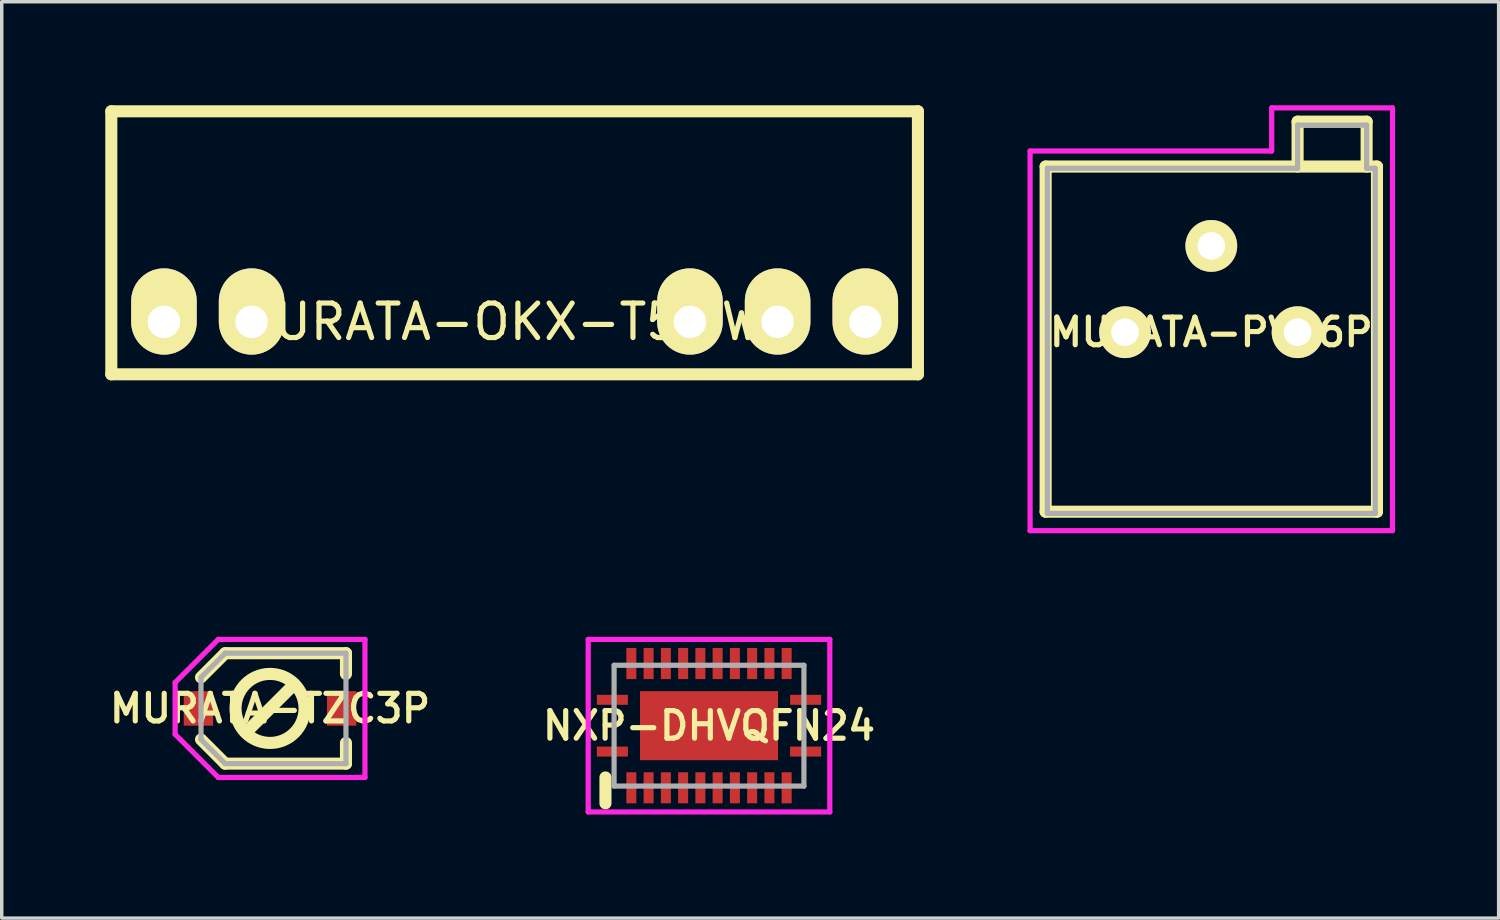
<source format=kicad_pcb>
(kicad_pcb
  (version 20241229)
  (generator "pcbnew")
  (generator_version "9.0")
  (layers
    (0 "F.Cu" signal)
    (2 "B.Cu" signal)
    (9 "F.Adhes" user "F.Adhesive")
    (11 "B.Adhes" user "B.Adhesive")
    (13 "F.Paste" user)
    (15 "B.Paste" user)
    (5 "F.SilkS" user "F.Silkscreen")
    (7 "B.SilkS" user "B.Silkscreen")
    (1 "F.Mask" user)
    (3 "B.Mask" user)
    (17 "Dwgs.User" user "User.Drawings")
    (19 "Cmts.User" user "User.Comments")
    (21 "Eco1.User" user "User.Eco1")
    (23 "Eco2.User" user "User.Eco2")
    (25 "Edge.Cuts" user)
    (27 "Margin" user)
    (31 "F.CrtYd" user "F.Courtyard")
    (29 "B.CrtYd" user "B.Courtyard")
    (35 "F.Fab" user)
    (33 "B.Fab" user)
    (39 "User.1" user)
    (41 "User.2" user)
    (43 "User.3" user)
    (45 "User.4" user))
  (footprint "MURATA-TZC3P"
    (layer "F.Cu")
    (at 4.774 17.475)
    (property "Reference" "MURATA-TZC3P" (at 0 0 0) (layer "F.SilkS") (effects (font (size 0.8 0.8) (thickness 0.15))))
    (attr smd)
    (fp_line (start -1.3 -1.6) (end -2 -0.9) (stroke (width 0.35) (type solid)) (layer "F.SilkS"))
    (fp_line (start -1.3 -1.6) (end 2.2 -1.6) (stroke (width 0.35) (type solid)) (layer "F.SilkS"))
    (fp_line (start -1.3 1.6) (end -2 0.9) (stroke (width 0.35) (type solid)) (layer "F.SilkS"))
    (fp_line (start -1.3 1.6) (end 2.2 1.6) (stroke (width 0.35) (type solid)) (layer "F.SilkS"))
    (fp_line (start 0.7 -0.7) (end -0.7 0.7) (stroke (width 0.35) (type solid)) (layer "F.SilkS"))
    (fp_line (start 2.2 -1.6) (end 2.2 -1) (stroke (width 0.35) (type solid)) (layer "F.SilkS"))
    (fp_line (start 2.2 1.6) (end 2.2 1) (stroke (width 0.35) (type solid)) (layer "F.SilkS"))
    (fp_circle (center 0 0) (end 1 0) (stroke (width 0.35) (type solid)) (fill no) (layer "F.SilkS"))
    (fp_line (start -2.75 -0.75) (end -2.75 0.75) (stroke (width 0.15) (type solid)) (layer "F.CrtYd"))
    (fp_line (start -2.75 0.75) (end -1.5 2) (stroke (width 0.15) (type solid)) (layer "F.CrtYd"))
    (fp_line (start -1.5 -2) (end -2.75 -0.75) (stroke (width 0.15) (type solid)) (layer "F.CrtYd"))
    (fp_line (start -1.5 2) (end 2.75 2) (stroke (width 0.15) (type solid)) (layer "F.CrtYd"))
    (fp_line (start 2.75 -2) (end -1.5 -2) (stroke (width 0.15) (type solid)) (layer "F.CrtYd"))
    (fp_line (start 2.75 2) (end 2.75 -2) (stroke (width 0.15) (type solid)) (layer "F.CrtYd"))
    (fp_line (start -2 -0.9) (end -2 0.9) (stroke (width 0.15) (type solid)) (layer "F.Fab"))
    (fp_line (start -2 0.9) (end -1.3 1.6) (stroke (width 0.15) (type solid)) (layer "F.Fab"))
    (fp_line (start -1.3 -1.6) (end -2 -0.9) (stroke (width 0.15) (type solid)) (layer "F.Fab"))
    (fp_line (start -1.3 1.6) (end 2.2 1.6) (stroke (width 0.15) (type solid)) (layer "F.Fab"))
    (fp_line (start 2.2 -1.6) (end -1.3 -1.6) (stroke (width 0.15) (type solid)) (layer "F.Fab"))
    (fp_line (start 2.2 1.6) (end 2.2 -1.6) (stroke (width 0.15) (type solid)) (layer "F.Fab"))
    (pad "1" smd rect (at -2.075 0) (size 0.85 1) (layers "F.Cu" "F.Mask" "F.Paste"))
    (pad "2" smd rect (at 2.075 0) (size 0.85 1) (layers "F.Cu" "F.Mask" "F.Paste")))
  (footprint "MURATA-PV36P"
    (layer "F.Cu")
    (at 32.045 6.575)
    (property "Reference" "MURATA-PV36P" (at 0 0 0) (layer "F.SilkS") (effects (font (size 0.8 0.8) (thickness 0.15))))
    (attr through_hole)
    (fp_line (start -4.8 -4.8) (end 4.8 -4.8) (stroke (width 0.35) (type solid)) (layer "F.SilkS"))
    (fp_line (start -4.8 5.2) (end -4.8 -4.8) (stroke (width 0.35) (type solid)) (layer "F.SilkS"))
    (fp_line (start 2.5 -6.1) (end 2.5 -4.8) (stroke (width 0.35) (type solid)) (layer "F.SilkS"))
    (fp_line (start 4.5 -6.1) (end 2.5 -6.1) (stroke (width 0.35) (type solid)) (layer "F.SilkS"))
    (fp_line (start 4.5 -4.8) (end 4.5 -6.1) (stroke (width 0.35) (type solid)) (layer "F.SilkS"))
    (fp_line (start 4.8 -4.8) (end 4.8 5.2) (stroke (width 0.35) (type solid)) (layer "F.SilkS"))
    (fp_line (start 4.8 5.2) (end -4.8 5.2) (stroke (width 0.35) (type solid)) (layer "F.SilkS"))
    (fp_line (start -5.25 -5.25) (end -5.25 5.75) (stroke (width 0.15) (type solid)) (layer "F.CrtYd"))
    (fp_line (start -5.25 5.75) (end 5.25 5.75) (stroke (width 0.15) (type solid)) (layer "F.CrtYd"))
    (fp_line (start 1.75 -6.5) (end 1.75 -5.25) (stroke (width 0.15) (type solid)) (layer "F.CrtYd"))
    (fp_line (start 1.75 -5.25) (end -5.25 -5.25) (stroke (width 0.15) (type solid)) (layer "F.CrtYd"))
    (fp_line (start 5.25 -6.5) (end 1.75 -6.5) (stroke (width 0.15) (type solid)) (layer "F.CrtYd"))
    (fp_line (start 5.25 5.5) (end 5.25 -6.5) (stroke (width 0.15) (type solid)) (layer "F.CrtYd"))
    (fp_line (start 5.25 5.5) (end 5.25 5.75) (stroke (width 0.15) (type solid)) (layer "F.CrtYd"))
    (fp_line (start -4.75 -4.75) (end -4.75 5.25) (stroke (width 0.15) (type solid)) (layer "F.Fab"))
    (fp_line (start -4.75 5.25) (end 4.75 5.25) (stroke (width 0.15) (type solid)) (layer "F.Fab"))
    (fp_line (start 2.5 -6) (end 2.5 -4.75) (stroke (width 0.15) (type solid)) (layer "F.Fab"))
    (fp_line (start 2.5 -4.75) (end -4.75 -4.75) (stroke (width 0.15) (type solid)) (layer "F.Fab"))
    (fp_line (start 4.5 -6) (end 2.5 -6) (stroke (width 0.15) (type solid)) (layer "F.Fab"))
    (fp_line (start 4.5 -4.75) (end 4.5 -6) (stroke (width 0.15) (type solid)) (layer "F.Fab"))
    (fp_line (start 4.75 -4.75) (end 4.5 -4.75) (stroke (width 0.15) (type solid)) (layer "F.Fab"))
    (fp_line (start 4.75 5.25) (end 4.75 -4.75) (stroke (width 0.15) (type solid)) (layer "F.Fab"))
    (pad "1" thru_hole circle (at 2.5 0 180) (size 1.5 1.5) (drill 0.8) (layers "*.Cu" "*.Mask" "F.SilkS"))
    (pad "2" thru_hole circle (at 0 -2.5 180) (size 1.5 1.5) (drill 0.8) (layers "*.Cu" "*.Mask" "F.SilkS"))
    (pad "3" thru_hole circle (at -2.5 0 180) (size 1.5 1.5) (drill 0.8) (layers "*.Cu" "*.Mask" "F.SilkS")))
  (footprint "NXP-DHVQFN24"
    (layer "F.Cu")
    (at 17.492 17.975)
    (property "Reference" "NXP-DHVQFN24" (at 0 0 0) (layer "F.SilkS") (effects (font (size 0.8 0.8) (thickness 0.15))))
    (attr smd)
    (fp_line (start -3 1.5) (end -3 2.25) (stroke (width 0.35) (type solid)) (layer "F.SilkS"))
    (fp_line (start -3.5 -2.5) (end 3.5 -2.5) (stroke (width 0.15) (type solid)) (layer "F.CrtYd"))
    (fp_line (start -3.5 2.5) (end -3.5 -2.5) (stroke (width 0.15) (type solid)) (layer "F.CrtYd"))
    (fp_line (start 3.5 -2.5) (end 3.5 2.5) (stroke (width 0.15) (type solid)) (layer "F.CrtYd"))
    (fp_line (start 3.5 2.5) (end -3.5 2.5) (stroke (width 0.15) (type solid)) (layer "F.CrtYd"))
    (fp_line (start -2.75 -1.75) (end 2.75 -1.75) (stroke (width 0.15) (type solid)) (layer "F.Fab"))
    (fp_line (start -2.75 1.75) (end -2.75 -1.75) (stroke (width 0.15) (type solid)) (layer "F.Fab"))
    (fp_line (start 2.75 -1.75) (end 2.75 1.75) (stroke (width 0.15) (type solid)) (layer "F.Fab"))
    (fp_line (start 2.75 1.75) (end -2.75 1.75) (stroke (width 0.15) (type solid)) (layer "F.Fab"))
    (pad "" smd rect (at -0.9 -0.375) (size 0.6 0.45) (layers "F.Paste"))
    (pad "" smd rect (at -0.9 0.375) (size 0.6 0.45) (layers "F.Paste"))
    (pad "" smd rect (at 0 -0.375) (size 0.6 0.45) (layers "F.Paste"))
    (pad "" smd rect (at 0 0.375) (size 0.6 0.45) (layers "F.Paste"))
    (pad "" smd rect (at 0.9 -0.375) (size 0.6 0.45) (layers "F.Paste"))
    (pad "" smd rect (at 0.9 0.375) (size 0.6 0.45) (layers "F.Paste"))
    (pad "1" smd rect (at -2.8 0.75) (size 0.9 0.29) (layers "F.Cu" "F.Mask" "F.Paste"))
    (pad "2" smd rect (at -2.25 1.8) (size 0.29 0.9) (layers "F.Cu" "F.Mask" "F.Paste"))
    (pad "3" smd rect (at -1.75 1.8) (size 0.29 0.9) (layers "F.Cu" "F.Mask" "F.Paste"))
    (pad "4" smd rect (at -1.25 1.8) (size 0.29 0.9) (layers "F.Cu" "F.Mask" "F.Paste"))
    (pad "5" smd rect (at -0.75 1.8) (size 0.29 0.9) (layers "F.Cu" "F.Mask" "F.Paste"))
    (pad "6" smd rect (at -0.25 1.8) (size 0.29 0.9) (layers "F.Cu" "F.Mask" "F.Paste"))
    (pad "7" smd rect (at 0.25 1.8) (size 0.29 0.9) (layers "F.Cu" "F.Mask" "F.Paste"))
    (pad "8" smd rect (at 0.75 1.8) (size 0.29 0.9) (layers "F.Cu" "F.Mask" "F.Paste"))
    (pad "9" smd rect (at 1.25 1.8) (size 0.29 0.9) (layers "F.Cu" "F.Mask" "F.Paste"))
    (pad "10" smd rect (at 1.75 1.8) (size 0.29 0.9) (layers "F.Cu" "F.Mask" "F.Paste"))
    (pad "11" smd rect (at 2.25 1.8) (size 0.29 0.9) (layers "F.Cu" "F.Mask" "F.Paste"))
    (pad "12" smd rect (at 2.8 0.75) (size 0.9 0.29) (layers "F.Cu" "F.Mask" "F.Paste"))
    (pad "13" smd rect (at 2.8 -0.75) (size 0.9 0.29) (layers "F.Cu" "F.Mask" "F.Paste"))
    (pad "14" smd rect (at 2.25 -1.8) (size 0.29 0.9) (layers "F.Cu" "F.Mask" "F.Paste"))
    (pad "15" smd rect (at 1.75 -1.8) (size 0.29 0.9) (layers "F.Cu" "F.Mask" "F.Paste"))
    (pad "16" smd rect (at 1.25 -1.8) (size 0.29 0.9) (layers "F.Cu" "F.Mask" "F.Paste"))
    (pad "17" smd rect (at 0.75 -1.8) (size 0.29 0.9) (layers "F.Cu" "F.Mask" "F.Paste"))
    (pad "18" smd rect (at 0.25 -1.8) (size 0.29 0.9) (layers "F.Cu" "F.Mask" "F.Paste"))
    (pad "19" smd rect (at -0.25 -1.8) (size 0.29 0.9) (layers "F.Cu" "F.Mask" "F.Paste"))
    (pad "20" smd rect (at -0.75 -1.8) (size 0.29 0.9) (layers "F.Cu" "F.Mask" "F.Paste"))
    (pad "21" smd rect (at -1.25 -1.8) (size 0.29 0.9) (layers "F.Cu" "F.Mask" "F.Paste"))
    (pad "22" smd rect (at -1.75 -1.8) (size 0.29 0.9) (layers "F.Cu" "F.Mask" "F.Paste"))
    (pad "23" smd rect (at -2.25 -1.8) (size 0.29 0.9) (layers "F.Cu" "F.Mask" "F.Paste"))
    (pad "24" smd rect (at -2.8 -0.75) (size 0.9 0.29) (layers "F.Cu" "F.Mask" "F.Paste"))
    (pad "25" smd rect (at 0 0 90) (size 2 4) (layers "F.Cu" "F.Mask")))
  (footprint "MURATA-OKX-T5-W5"
    (layer "F.Cu")
    (at 11.86 6.275)
    (property "Reference" "MURATA-OKX-T5-W5" (at 0 0 0) (layer "F.SilkS") (effects (font (size 1 1) (thickness 0.15))))
    (attr through_hole)
    (fp_line (start -11.685 -6.1) (end -11.685 1.52) (stroke (width 0.35) (type solid)) (layer "F.SilkS"))
    (fp_line (start -11.685 1.52) (end 11.685 1.52) (stroke (width 0.35) (type solid)) (layer "F.SilkS"))
    (fp_line (start 11.685 -6.1) (end -11.685 -6.1) (stroke (width 0.35) (type solid)) (layer "F.SilkS"))
    (fp_line (start 11.685 1.52) (end 11.685 -6.1) (stroke (width 0.35) (type solid)) (layer "F.SilkS"))
    (pad "1" thru_hole oval (at 10.16 0) (size 1.9 2.5) (drill 0.94 (offset 0 -0.3)) (layers "*.Cu" "*.Mask" "F.SilkS"))
    (pad "2" thru_hole oval (at 7.62 0) (size 1.9 2.5) (drill 0.94 (offset 0 -0.3)) (layers "*.Cu" "*.Mask" "F.SilkS"))
    (pad "3" thru_hole oval (at 5.08 0) (size 1.9 2.5) (drill 0.94 (offset 0 -0.3)) (layers "*.Cu" "*.Mask" "F.SilkS"))
    (pad "4" thru_hole oval (at -7.62 0) (size 1.9 2.5) (drill 0.94 (offset 0 -0.3)) (layers "*.Cu" "*.Mask" "F.SilkS"))
    (pad "5" thru_hole oval (at -10.16 0) (size 1.9 2.5) (drill 0.94 (offset 0 -0.3)) (layers "*.Cu" "*.Mask" "F.SilkS")))
  (gr_rect
    (start -3 -3)
    (end 40.37 23.55)
    (stroke (width 0.1) (type default))
    (fill no)
    (layer "Edge.Cuts")))
</source>
